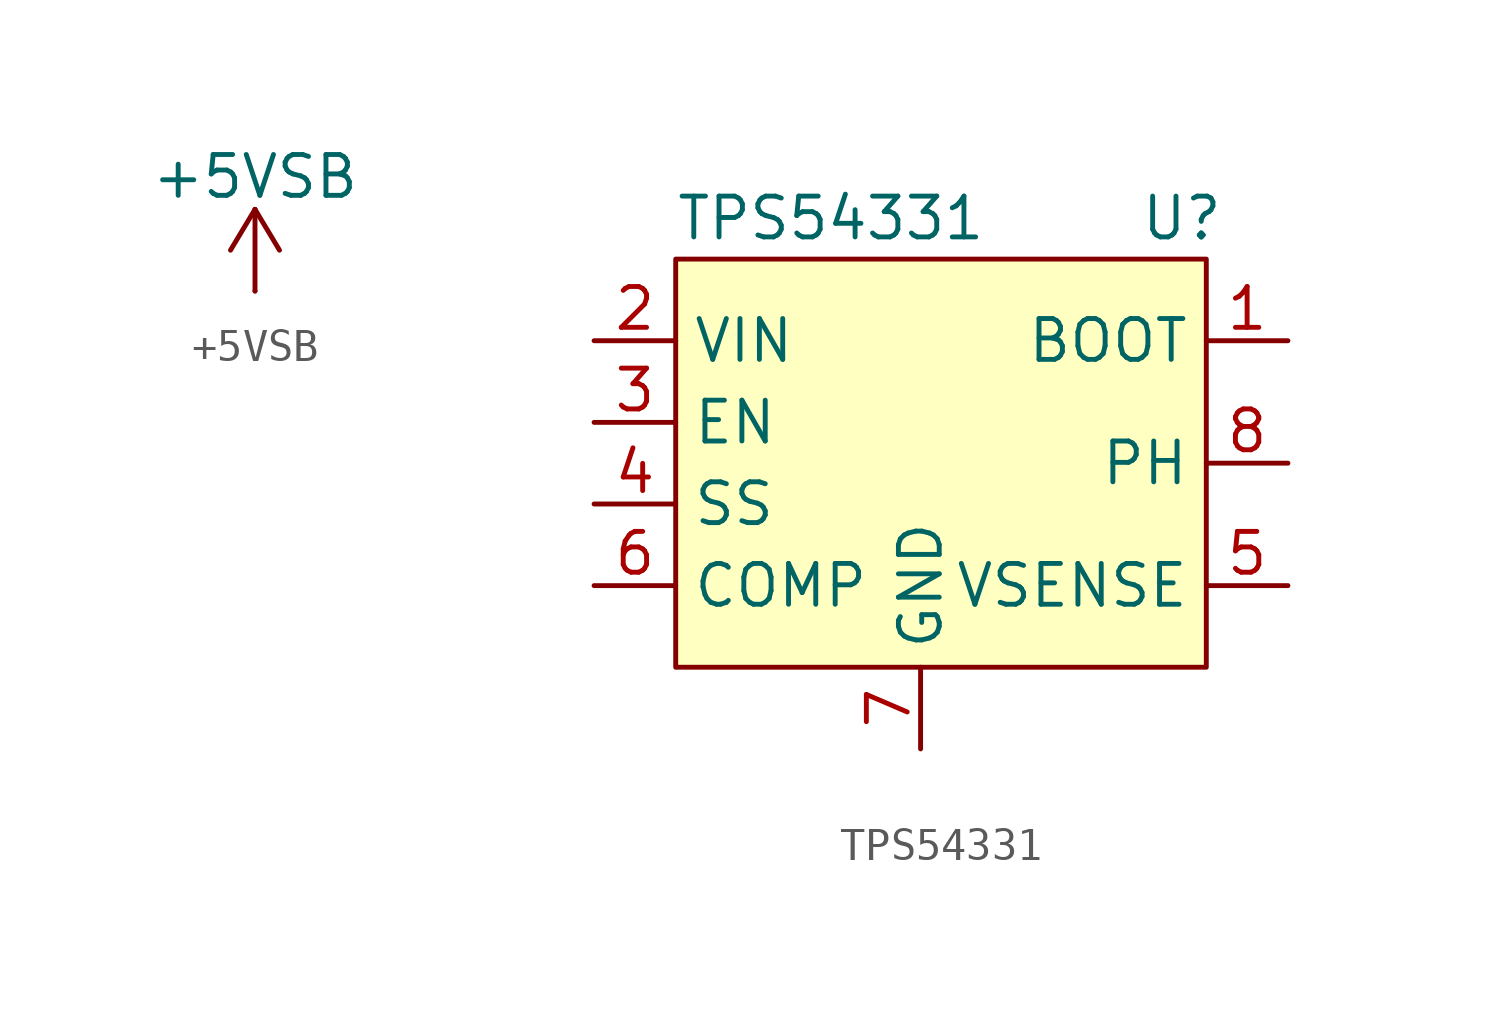
<source format=kicad_sym>
(kicad_symbol_lib
  (version 20241209)
  (generator "kicad_symbol_editor")
  (generator_version "9.0")
  (symbol "+5VSB"
    (power)
    (pin_numbers
      (hide yes))
    (pin_names
      (offset 0)
      (hide yes))
    (property "Reference" "#PWR"
      (at 0 -3.81 0)
      (effects (font (size 1.27 1.27)) (hide yes)))
    (property "Value" "+5VSB"
      (at 0 3.556 0)
      (effects (font (size 1.27 1.27))))
    (symbol "+5VSB_0_1"
      (polyline (pts (xy -0.762 1.27) (xy 0 2.54)) (stroke (width 0) (type default)) (fill (type none)))
      (polyline (pts (xy 0 2.54) (xy 0.762 1.27)) (stroke (width 0) (type default)) (fill (type none)))
      (polyline (pts (xy 0 0) (xy 0 2.54)) (stroke (width 0) (type default)) (fill (type none))))
    (symbol "+5VSB_1_1"
      (pin power_in line (at 0 0 90) (length 0) (name "~" (effects (font (size 1.27 1.27)))) (number "1" (effects (font (size 1.27 1.27)))))))
  (symbol "TPS54331"
    (property "Reference" "U"
      (at 8.128 0 0)
      (effects (font (size 1.27 1.27))))
    (property "Value" "TPS54331"
      (at -2.794 0 0)
      (effects (font (size 1.27 1.27))))
    (symbol "TPS54331_1_1"
      (rectangle (start -7.62 -1.27) (end 8.89 -13.97) (stroke (width 0) (type solid)) (fill (type background)))
      (pin power_in line (at -10.16 -3.81 0) (length 2.54) (name "VIN" (effects (font (size 1.27 1.27)))) (number "2" (effects (font (size 1.27 1.27)))))
      (pin input line (at -10.16 -6.35 0) (length 2.54) (name "EN" (effects (font (size 1.27 1.27)))) (number "3" (effects (font (size 1.27 1.27)))))
      (pin input line (at -10.16 -8.89 0) (length 2.54) (name "SS" (effects (font (size 1.27 1.27)))) (number "4" (effects (font (size 1.27 1.27)))))
      (pin input line (at -10.16 -11.43 0) (length 2.54) (name "COMP" (effects (font (size 1.27 1.27)))) (number "6" (effects (font (size 1.27 1.27)))))
      (pin power_in line (at 0 -16.51 90) (length 2.54) (name "GND" (effects (font (size 1.27 1.27)))) (number "7" (effects (font (size 1.27 1.27)))))
      (pin input line (at 11.43 -3.81 180) (length 2.54) (name "BOOT" (effects (font (size 1.27 1.27)))) (number "1" (effects (font (size 1.27 1.27)))))
      (pin output line (at 11.43 -7.62 180) (length 2.54) (name "PH" (effects (font (size 1.27 1.27)))) (number "8" (effects (font (size 1.27 1.27)))))
      (pin input line (at 11.43 -11.43 180) (length 2.54) (name "VSENSE" (effects (font (size 1.27 1.27)))) (number "5" (effects (font (size 1.27 1.27))))))))
</source>
